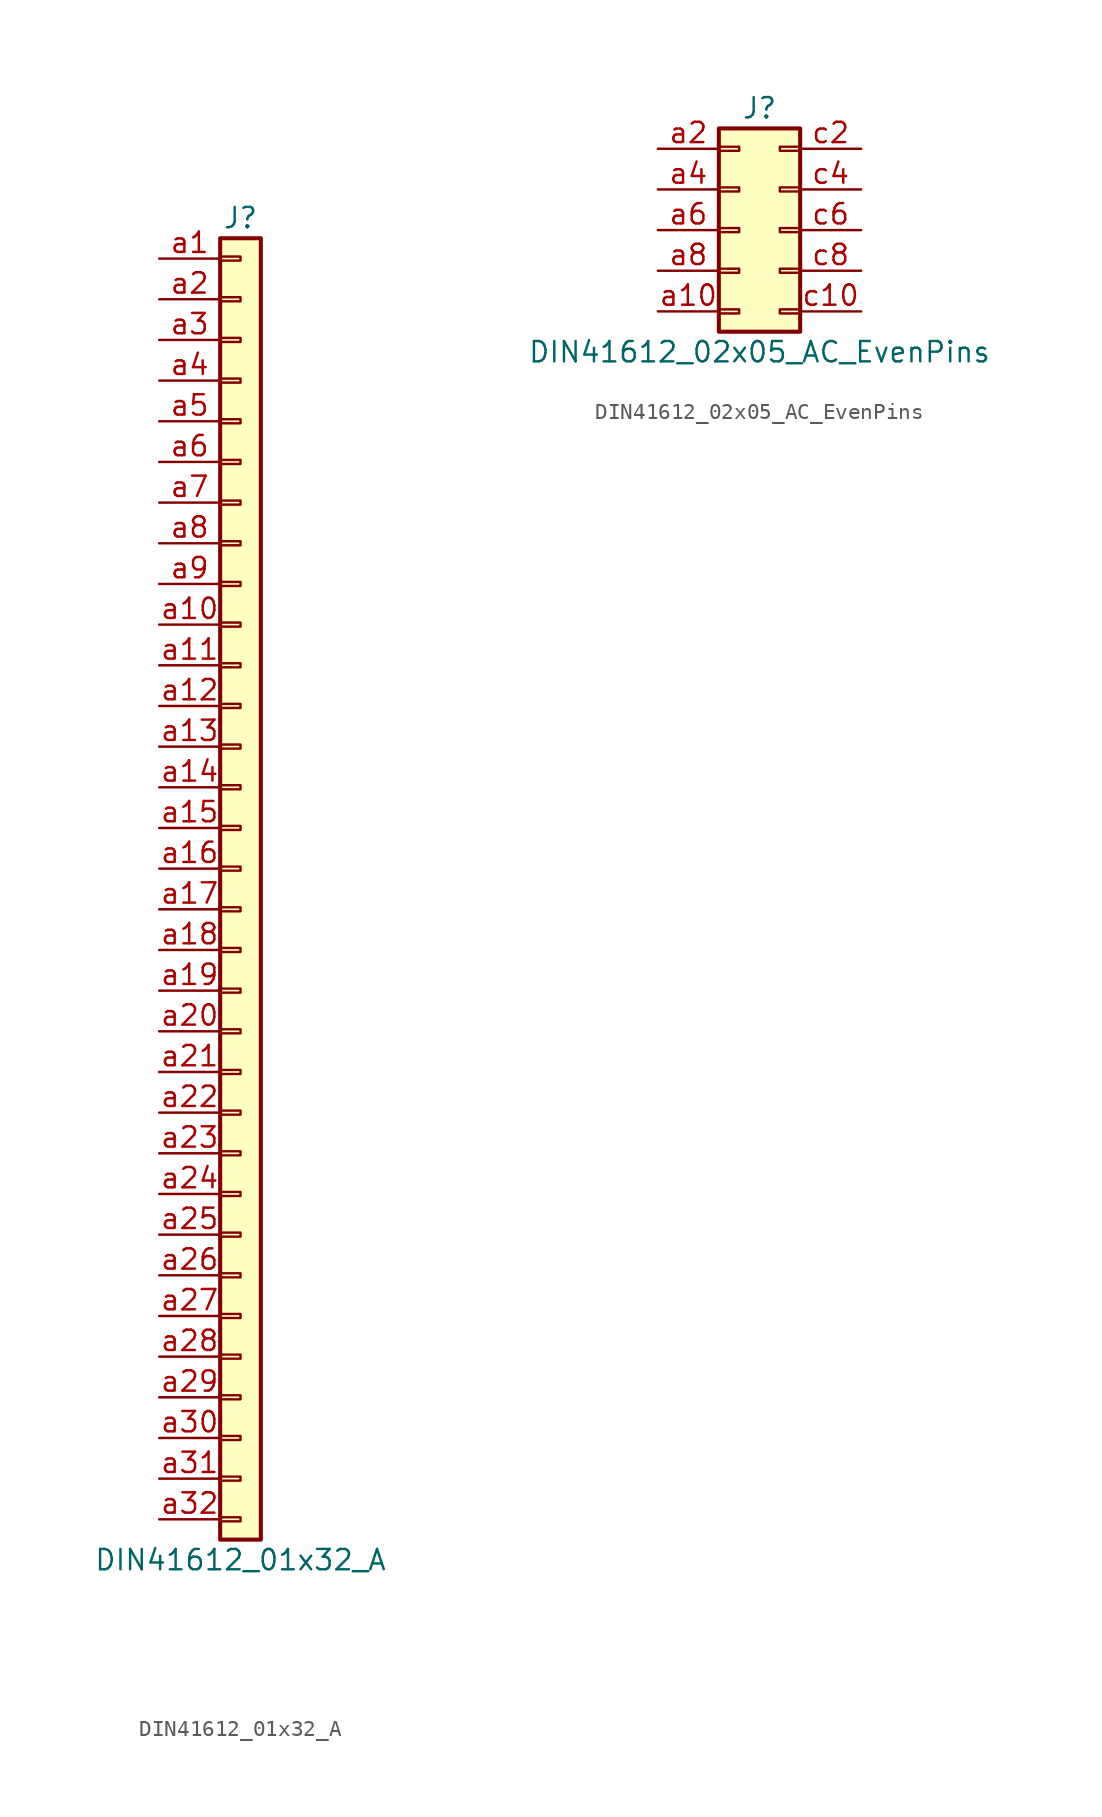
<source format=kicad_sym>
(kicad_symbol_lib
  (version 20241209)
  (generator "kicad_symbol_editor")
  (generator_version "9.0")
  (symbol "DIN41612_01x32_A"
    (pin_names
      (offset 1.016)
      (hide yes))
    (property "Reference" "J"
      (at 0 40.64 0)
      (effects (font (size 1.27 1.27))))
    (property "Value" "DIN41612_01x32_A"
      (at 0 -43.18 0)
      (effects (font (size 1.27 1.27))))
    (symbol "DIN41612_01x32_A_1_1"
      (rectangle (start -1.27 39.37) (end 1.27 -41.91) (stroke (width 0.254) (type default)) (fill (type background)))
      (rectangle (start -1.27 38.227) (end 0 37.973) (stroke (width 0.152) (type default)) (fill (type none)))
      (rectangle (start -1.27 35.687) (end 0 35.433) (stroke (width 0.152) (type default)) (fill (type none)))
      (rectangle (start -1.27 33.147) (end 0 32.893) (stroke (width 0.152) (type default)) (fill (type none)))
      (rectangle (start -1.27 30.607) (end 0 30.353) (stroke (width 0.152) (type default)) (fill (type none)))
      (rectangle (start -1.27 28.067) (end 0 27.813) (stroke (width 0.152) (type default)) (fill (type none)))
      (rectangle (start -1.27 25.527) (end 0 25.273) (stroke (width 0.152) (type default)) (fill (type none)))
      (rectangle (start -1.27 22.987) (end 0 22.733) (stroke (width 0.152) (type default)) (fill (type none)))
      (rectangle (start -1.27 20.447) (end 0 20.193) (stroke (width 0.152) (type default)) (fill (type none)))
      (rectangle (start -1.27 17.907) (end 0 17.653) (stroke (width 0.152) (type default)) (fill (type none)))
      (rectangle (start -1.27 15.367) (end 0 15.113) (stroke (width 0.152) (type default)) (fill (type none)))
      (rectangle (start -1.27 12.827) (end 0 12.573) (stroke (width 0.152) (type default)) (fill (type none)))
      (rectangle (start -1.27 10.287) (end 0 10.033) (stroke (width 0.152) (type default)) (fill (type none)))
      (rectangle (start -1.27 7.747) (end 0 7.493) (stroke (width 0.152) (type default)) (fill (type none)))
      (rectangle (start -1.27 5.207) (end 0 4.953) (stroke (width 0.152) (type default)) (fill (type none)))
      (rectangle (start -1.27 2.667) (end 0 2.413) (stroke (width 0.152) (type default)) (fill (type none)))
      (rectangle (start -1.27 0.127) (end 0 -0.127) (stroke (width 0.152) (type default)) (fill (type none)))
      (rectangle (start -1.27 -2.413) (end 0 -2.667) (stroke (width 0.152) (type default)) (fill (type none)))
      (rectangle (start -1.27 -4.953) (end 0 -5.207) (stroke (width 0.152) (type default)) (fill (type none)))
      (rectangle (start -1.27 -7.493) (end 0 -7.747) (stroke (width 0.152) (type default)) (fill (type none)))
      (rectangle (start -1.27 -10.033) (end 0 -10.287) (stroke (width 0.152) (type default)) (fill (type none)))
      (rectangle (start -1.27 -12.573) (end 0 -12.827) (stroke (width 0.152) (type default)) (fill (type none)))
      (rectangle (start -1.27 -15.113) (end 0 -15.367) (stroke (width 0.152) (type default)) (fill (type none)))
      (rectangle (start -1.27 -17.653) (end 0 -17.907) (stroke (width 0.152) (type default)) (fill (type none)))
      (rectangle (start -1.27 -20.193) (end 0 -20.447) (stroke (width 0.152) (type default)) (fill (type none)))
      (rectangle (start -1.27 -22.733) (end 0 -22.987) (stroke (width 0.152) (type default)) (fill (type none)))
      (rectangle (start -1.27 -25.273) (end 0 -25.527) (stroke (width 0.152) (type default)) (fill (type none)))
      (rectangle (start -1.27 -27.813) (end 0 -28.067) (stroke (width 0.152) (type default)) (fill (type none)))
      (rectangle (start -1.27 -30.353) (end 0 -30.607) (stroke (width 0.152) (type default)) (fill (type none)))
      (rectangle (start -1.27 -32.893) (end 0 -33.147) (stroke (width 0.152) (type default)) (fill (type none)))
      (rectangle (start -1.27 -35.433) (end 0 -35.687) (stroke (width 0.152) (type default)) (fill (type none)))
      (rectangle (start -1.27 -37.973) (end 0 -38.227) (stroke (width 0.152) (type default)) (fill (type none)))
      (rectangle (start -1.27 -40.513) (end 0 -40.767) (stroke (width 0.152) (type default)) (fill (type none)))
      (pin passive line (at -5.08 38.1 0) (length 3.81) (name "Pin_a1" (effects (font (size 1.27 1.27)))) (number "a1" (effects (font (size 1.27 1.27)))))
      (pin passive line (at -5.08 35.56 0) (length 3.81) (name "Pin_a2" (effects (font (size 1.27 1.27)))) (number "a2" (effects (font (size 1.27 1.27)))))
      (pin passive line (at -5.08 33.02 0) (length 3.81) (name "Pin_a3" (effects (font (size 1.27 1.27)))) (number "a3" (effects (font (size 1.27 1.27)))))
      (pin passive line (at -5.08 30.48 0) (length 3.81) (name "Pin_a4" (effects (font (size 1.27 1.27)))) (number "a4" (effects (font (size 1.27 1.27)))))
      (pin passive line (at -5.08 27.94 0) (length 3.81) (name "Pin_a5" (effects (font (size 1.27 1.27)))) (number "a5" (effects (font (size 1.27 1.27)))))
      (pin passive line (at -5.08 25.4 0) (length 3.81) (name "Pin_a6" (effects (font (size 1.27 1.27)))) (number "a6" (effects (font (size 1.27 1.27)))))
      (pin passive line (at -5.08 22.86 0) (length 3.81) (name "Pin_a7" (effects (font (size 1.27 1.27)))) (number "a7" (effects (font (size 1.27 1.27)))))
      (pin passive line (at -5.08 20.32 0) (length 3.81) (name "Pin_a8" (effects (font (size 1.27 1.27)))) (number "a8" (effects (font (size 1.27 1.27)))))
      (pin passive line (at -5.08 17.78 0) (length 3.81) (name "Pin_a9" (effects (font (size 1.27 1.27)))) (number "a9" (effects (font (size 1.27 1.27)))))
      (pin passive line (at -5.08 15.24 0) (length 3.81) (name "Pin_a10" (effects (font (size 1.27 1.27)))) (number "a10" (effects (font (size 1.27 1.27)))))
      (pin passive line (at -5.08 12.7 0) (length 3.81) (name "Pin_a11" (effects (font (size 1.27 1.27)))) (number "a11" (effects (font (size 1.27 1.27)))))
      (pin passive line (at -5.08 10.16 0) (length 3.81) (name "Pin_a12" (effects (font (size 1.27 1.27)))) (number "a12" (effects (font (size 1.27 1.27)))))
      (pin passive line (at -5.08 7.62 0) (length 3.81) (name "Pin_a13" (effects (font (size 1.27 1.27)))) (number "a13" (effects (font (size 1.27 1.27)))))
      (pin passive line (at -5.08 5.08 0) (length 3.81) (name "Pin_a14" (effects (font (size 1.27 1.27)))) (number "a14" (effects (font (size 1.27 1.27)))))
      (pin passive line (at -5.08 2.54 0) (length 3.81) (name "Pin_a15" (effects (font (size 1.27 1.27)))) (number "a15" (effects (font (size 1.27 1.27)))))
      (pin passive line (at -5.08 0 0) (length 3.81) (name "Pin_a16" (effects (font (size 1.27 1.27)))) (number "a16" (effects (font (size 1.27 1.27)))))
      (pin passive line (at -5.08 -2.54 0) (length 3.81) (name "Pin_a17" (effects (font (size 1.27 1.27)))) (number "a17" (effects (font (size 1.27 1.27)))))
      (pin passive line (at -5.08 -5.08 0) (length 3.81) (name "Pin_a18" (effects (font (size 1.27 1.27)))) (number "a18" (effects (font (size 1.27 1.27)))))
      (pin passive line (at -5.08 -7.62 0) (length 3.81) (name "Pin_a19" (effects (font (size 1.27 1.27)))) (number "a19" (effects (font (size 1.27 1.27)))))
      (pin passive line (at -5.08 -10.16 0) (length 3.81) (name "Pin_a20" (effects (font (size 1.27 1.27)))) (number "a20" (effects (font (size 1.27 1.27)))))
      (pin passive line (at -5.08 -12.7 0) (length 3.81) (name "Pin_a21" (effects (font (size 1.27 1.27)))) (number "a21" (effects (font (size 1.27 1.27)))))
      (pin passive line (at -5.08 -15.24 0) (length 3.81) (name "Pin_a22" (effects (font (size 1.27 1.27)))) (number "a22" (effects (font (size 1.27 1.27)))))
      (pin passive line (at -5.08 -17.78 0) (length 3.81) (name "Pin_a23" (effects (font (size 1.27 1.27)))) (number "a23" (effects (font (size 1.27 1.27)))))
      (pin passive line (at -5.08 -20.32 0) (length 3.81) (name "Pin_a24" (effects (font (size 1.27 1.27)))) (number "a24" (effects (font (size 1.27 1.27)))))
      (pin passive line (at -5.08 -22.86 0) (length 3.81) (name "Pin_a25" (effects (font (size 1.27 1.27)))) (number "a25" (effects (font (size 1.27 1.27)))))
      (pin passive line (at -5.08 -25.4 0) (length 3.81) (name "Pin_a26" (effects (font (size 1.27 1.27)))) (number "a26" (effects (font (size 1.27 1.27)))))
      (pin passive line (at -5.08 -27.94 0) (length 3.81) (name "Pin_a27" (effects (font (size 1.27 1.27)))) (number "a27" (effects (font (size 1.27 1.27)))))
      (pin passive line (at -5.08 -30.48 0) (length 3.81) (name "Pin_a28" (effects (font (size 1.27 1.27)))) (number "a28" (effects (font (size 1.27 1.27)))))
      (pin passive line (at -5.08 -33.02 0) (length 3.81) (name "Pin_a29" (effects (font (size 1.27 1.27)))) (number "a29" (effects (font (size 1.27 1.27)))))
      (pin passive line (at -5.08 -35.56 0) (length 3.81) (name "Pin_a30" (effects (font (size 1.27 1.27)))) (number "a30" (effects (font (size 1.27 1.27)))))
      (pin passive line (at -5.08 -38.1 0) (length 3.81) (name "Pin_a31" (effects (font (size 1.27 1.27)))) (number "a31" (effects (font (size 1.27 1.27)))))
      (pin passive line (at -5.08 -40.64 0) (length 3.81) (name "Pin_a32" (effects (font (size 1.27 1.27)))) (number "a32" (effects (font (size 1.27 1.27)))))))
  (symbol "DIN41612_02x05_AC_EvenPins"
    (pin_names
      (offset 1.016)
      (hide yes))
    (property "Reference" "J"
      (at 1.27 7.62 0)
      (effects (font (size 1.27 1.27))))
    (property "Value" "DIN41612_02x05_AC_EvenPins"
      (at 1.27 -7.62 0)
      (effects (font (size 1.27 1.27))))
    (symbol "DIN41612_02x05_AC_EvenPins_1_1"
      (rectangle (start -1.27 6.35) (end 3.81 -6.35) (stroke (width 0.254) (type default)) (fill (type background)))
      (rectangle (start -1.27 5.207) (end 0 4.953) (stroke (width 0.152) (type default)) (fill (type none)))
      (rectangle (start -1.27 2.667) (end 0 2.413) (stroke (width 0.152) (type default)) (fill (type none)))
      (rectangle (start -1.27 0.127) (end 0 -0.127) (stroke (width 0.152) (type default)) (fill (type none)))
      (rectangle (start -1.27 -2.413) (end 0 -2.667) (stroke (width 0.152) (type default)) (fill (type none)))
      (rectangle (start -1.27 -4.953) (end 0 -5.207) (stroke (width 0.152) (type default)) (fill (type none)))
      (rectangle (start 3.81 5.207) (end 2.54 4.953) (stroke (width 0.152) (type default)) (fill (type none)))
      (rectangle (start 3.81 2.667) (end 2.54 2.413) (stroke (width 0.152) (type default)) (fill (type none)))
      (rectangle (start 3.81 0.127) (end 2.54 -0.127) (stroke (width 0.152) (type default)) (fill (type none)))
      (rectangle (start 3.81 -2.413) (end 2.54 -2.667) (stroke (width 0.152) (type default)) (fill (type none)))
      (rectangle (start 3.81 -4.953) (end 2.54 -5.207) (stroke (width 0.152) (type default)) (fill (type none)))
      (pin passive line (at -5.08 5.08 0) (length 3.81) (name "Pin_a2" (effects (font (size 1.27 1.27)))) (number "a2" (effects (font (size 1.27 1.27)))))
      (pin passive line (at -5.08 2.54 0) (length 3.81) (name "Pin_a4" (effects (font (size 1.27 1.27)))) (number "a4" (effects (font (size 1.27 1.27)))))
      (pin passive line (at -5.08 0 0) (length 3.81) (name "Pin_a6" (effects (font (size 1.27 1.27)))) (number "a6" (effects (font (size 1.27 1.27)))))
      (pin passive line (at -5.08 -2.54 0) (length 3.81) (name "Pin_a8" (effects (font (size 1.27 1.27)))) (number "a8" (effects (font (size 1.27 1.27)))))
      (pin passive line (at -5.08 -5.08 0) (length 3.81) (name "Pin_a10" (effects (font (size 1.27 1.27)))) (number "a10" (effects (font (size 1.27 1.27)))))
      (pin passive line (at 7.62 5.08 180) (length 3.81) (name "Pin_c2" (effects (font (size 1.27 1.27)))) (number "c2" (effects (font (size 1.27 1.27)))))
      (pin passive line (at 7.62 2.54 180) (length 3.81) (name "Pin_c4" (effects (font (size 1.27 1.27)))) (number "c4" (effects (font (size 1.27 1.27)))))
      (pin passive line (at 7.62 0 180) (length 3.81) (name "Pin_c6" (effects (font (size 1.27 1.27)))) (number "c6" (effects (font (size 1.27 1.27)))))
      (pin passive line (at 7.62 -2.54 180) (length 3.81) (name "Pin_c8" (effects (font (size 1.27 1.27)))) (number "c8" (effects (font (size 1.27 1.27)))))
      (pin passive line (at 7.62 -5.08 180) (length 3.81) (name "Pin_c10" (effects (font (size 1.27 1.27)))) (number "c10" (effects (font (size 1.27 1.27))))))))
</source>
